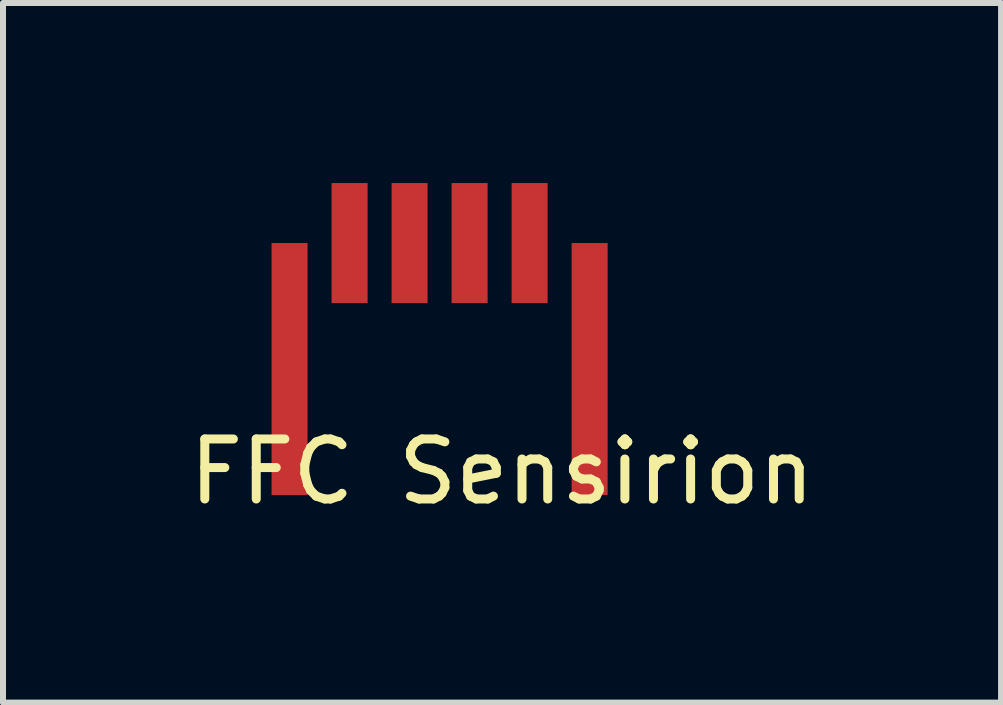
<source format=kicad_pcb>
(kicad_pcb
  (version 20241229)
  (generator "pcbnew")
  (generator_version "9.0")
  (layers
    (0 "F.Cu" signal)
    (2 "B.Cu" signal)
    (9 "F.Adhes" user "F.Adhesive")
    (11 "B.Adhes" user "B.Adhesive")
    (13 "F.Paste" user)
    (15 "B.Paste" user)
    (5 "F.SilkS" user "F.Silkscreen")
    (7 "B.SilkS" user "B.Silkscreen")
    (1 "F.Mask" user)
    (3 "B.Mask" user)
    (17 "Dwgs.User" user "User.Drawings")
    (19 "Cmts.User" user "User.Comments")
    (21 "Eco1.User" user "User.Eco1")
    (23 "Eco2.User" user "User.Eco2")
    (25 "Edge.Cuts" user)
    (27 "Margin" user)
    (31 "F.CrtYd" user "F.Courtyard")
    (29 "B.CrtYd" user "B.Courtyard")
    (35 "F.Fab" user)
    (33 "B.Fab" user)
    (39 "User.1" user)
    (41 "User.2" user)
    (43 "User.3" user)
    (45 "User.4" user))
  (footprint "FFC Sensirion"
    (layer "F.Cu")
    (at 2.775 1)
    (property "Reference" "FFC Sensirion" (at 2.54 3.81 0) (layer "F.SilkS") (effects (font (size 1 1) (thickness 0.15))))
    (attr through_hole)
    (pad "" smd rect (at -1 2.1) (size 0.6 4.2) (layers "F.Cu" "F.Mask" "F.Paste"))
    (pad "" smd rect (at 4 2.1) (size 0.6 4.2) (layers "F.Cu" "F.Mask" "F.Paste"))
    (pad "1" smd rect (at 0 0) (size 0.6 2) (layers "F.Cu" "F.Mask" "F.Paste"))
    (pad "2" smd rect (at 1 0) (size 0.6 2) (layers "F.Cu" "F.Mask" "F.Paste"))
    (pad "3" smd rect (at 2 0) (size 0.6 2) (layers "F.Cu" "F.Mask" "F.Paste"))
    (pad "4" smd rect (at 3 0) (size 0.6 2) (layers "F.Cu" "F.Mask" "F.Paste")))
  (gr_rect
    (start -3 -3)
    (end 13.631 8.658)
    (stroke (width 0.1) (type default))
    (fill no)
    (layer "Edge.Cuts")))
</source>
